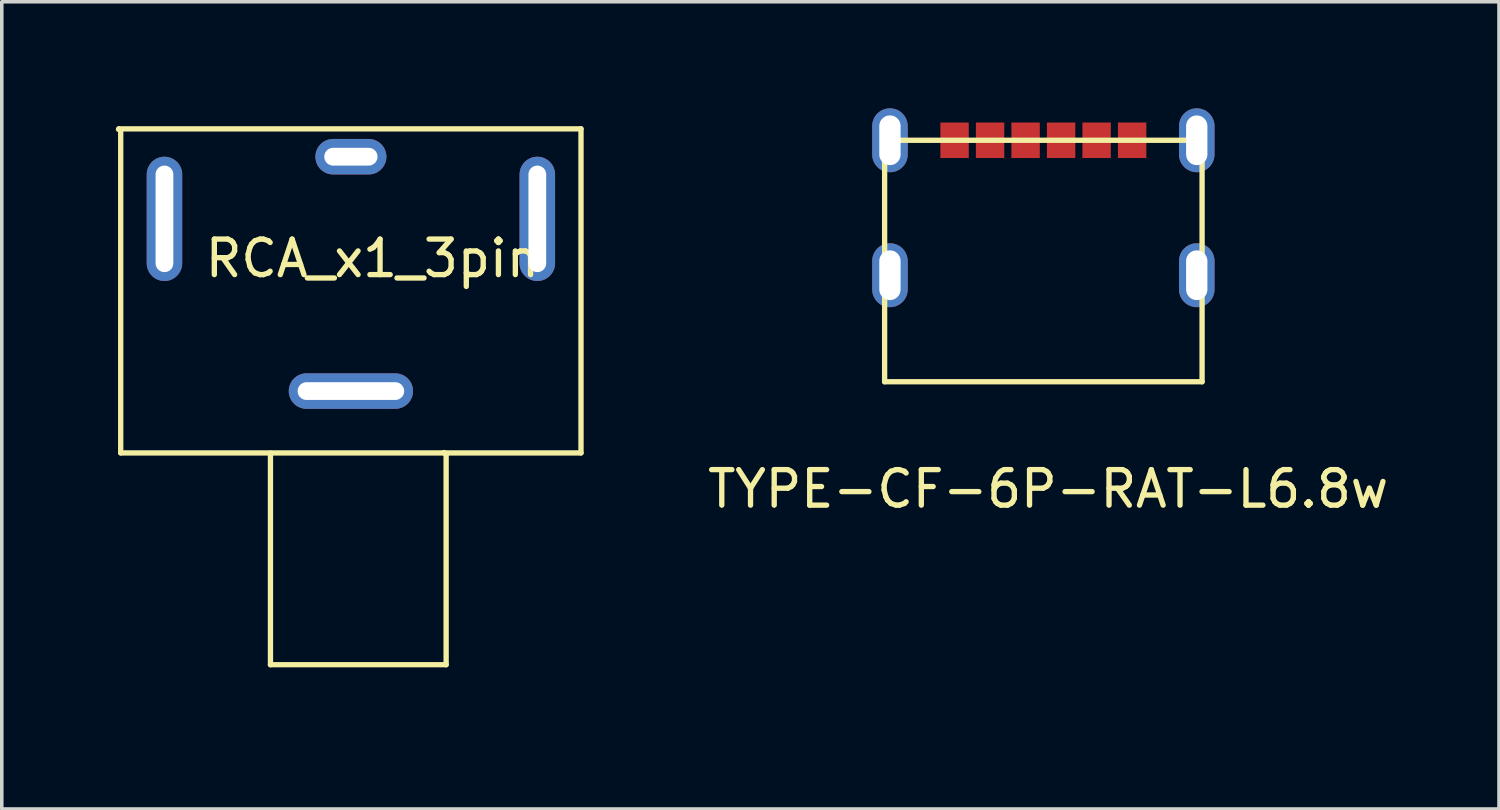
<source format=kicad_pcb>
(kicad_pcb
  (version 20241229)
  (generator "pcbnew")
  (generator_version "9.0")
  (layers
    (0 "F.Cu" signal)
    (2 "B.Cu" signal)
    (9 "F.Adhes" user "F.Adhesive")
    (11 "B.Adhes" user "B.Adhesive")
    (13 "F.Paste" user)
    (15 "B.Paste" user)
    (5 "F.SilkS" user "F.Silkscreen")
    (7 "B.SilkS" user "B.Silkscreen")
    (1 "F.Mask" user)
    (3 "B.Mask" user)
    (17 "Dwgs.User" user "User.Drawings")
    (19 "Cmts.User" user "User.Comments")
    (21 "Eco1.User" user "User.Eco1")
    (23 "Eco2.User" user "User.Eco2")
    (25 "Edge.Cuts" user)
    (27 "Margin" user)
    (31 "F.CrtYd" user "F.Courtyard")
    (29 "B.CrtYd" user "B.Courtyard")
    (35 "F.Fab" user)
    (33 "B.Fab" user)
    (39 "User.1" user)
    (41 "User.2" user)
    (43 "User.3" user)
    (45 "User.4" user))
  (footprint "TYPE-CF-6P-RAT-L6.8w"
    (layer "F.Cu")
    (at 26.331 0.9)
    (property "Reference" "TYPE-CF-6P-RAT-L6.8w" (at 0.135 9.82 0) (layer "F.SilkS") (effects (font (size 1 1) (thickness 0.15))))
    (attr through_hole)
    (fp_line (start -4.47 0) (end -4.47 6.8) (stroke (width 0.15) (type solid)) (layer "F.SilkS"))
    (fp_line (start -4.47 0) (end 4.47 0) (stroke (width 0.15) (type solid)) (layer "F.SilkS"))
    (fp_line (start -4.47 6.8) (end 4.47 6.8) (stroke (width 0.15) (type solid)) (layer "F.SilkS"))
    (fp_line (start 4.47 0) (end 4.47 6.8) (stroke (width 0.15) (type solid)) (layer "F.SilkS"))
    (pad "A5" smd rect (at -0.5 0) (size 0.8 1) (layers "F.Cu" "F.Mask" "F.Paste"))
    (pad "A9" smd rect (at 1.5 0) (size 0.8 1) (layers "F.Cu" "F.Mask" "F.Paste"))
    (pad "A12" smd rect (at 2.5 0) (size 0.8 1) (layers "F.Cu" "F.Mask" "F.Paste"))
    (pad "B5" smd rect (at 0.5 0) (size 0.8 1) (layers "F.Cu" "F.Mask" "F.Paste"))
    (pad "B9" smd rect (at -1.5 0) (size 0.8 1) (layers "F.Cu" "F.Mask" "F.Paste"))
    (pad "B12" smd rect (at -2.5 0) (size 0.8 1) (layers "F.Cu" "F.Mask" "F.Paste"))
    (pad "S1" thru_hole oval (at -4.32 0) (size 1 1.8) (drill oval 0.6 1.4) (layers "*.Cu" "*.Mask"))
    (pad "S1" thru_hole oval (at -4.32 3.8) (size 1 1.8) (drill oval 0.6 1.4) (layers "*.Cu" "*.Mask"))
    (pad "S1" thru_hole oval (at 4.32 0) (size 1 1.8) (drill oval 0.6 1.4) (layers "*.Cu" "*.Mask"))
    (pad "S1" thru_hole oval (at 4.32 3.8) (size 1 1.8) (drill oval 0.6 1.4) (layers "*.Cu" "*.Mask")))
  (footprint "RCA_x1_3pin"
    (layer "F.Cu")
    (at 1.581 3.113)
    (property "Reference" "RCA_x1_3pin" (at 5.857 1.115 0) (layer "F.SilkS") (effects (font (size 1 1) (thickness 0.15))))
    (attr through_hole)
    (fp_line (start 12.113 13.543) (end 12.113 -2.692) (stroke (width 0.15) (type solid)) (layer "F.Mask"))
    (fp_line (start -1.295 -2.522) (end -1.283 -2.535) (stroke (width 0.15) (type solid)) (layer "F.SilkS"))
    (fp_line (start -1.232 -2.474) (end -1.232 6.591) (stroke (width 0.15) (type solid)) (layer "F.SilkS"))
    (fp_line (start -1.232 6.591) (end 11.73 6.591) (stroke (width 0.15) (type solid)) (layer "F.SilkS"))
    (fp_line (start 2.985 6.596) (end 2.985 12.555) (stroke (width 0.15) (type solid)) (layer "F.SilkS"))
    (fp_line (start 2.985 12.555) (end 7.932 12.555) (stroke (width 0.15) (type solid)) (layer "F.SilkS"))
    (fp_line (start 7.871 6.581) (end 7.932 6.642) (stroke (width 0.15) (type solid)) (layer "F.SilkS"))
    (fp_line (start 7.932 12.555) (end 7.932 6.642) (stroke (width 0.15) (type solid)) (layer "F.SilkS"))
    (fp_line (start 11.73 -2.535) (end -1.283 -2.535) (stroke (width 0.15) (type solid)) (layer "F.SilkS"))
    (fp_line (start 11.73 6.591) (end 11.73 -2.535) (stroke (width 0.15) (type solid)) (layer "F.SilkS"))
    (fp_line (start -1.506 -3.038) (end -1.506 -2.817) (stroke (width 0.15) (type solid)) (layer "Margin"))
    (fp_line (start -1.481 -2.697) (end -1.481 13.543) (stroke (width 0.15) (type solid)) (layer "Margin"))
    (fp_line (start -1.481 13.543) (end 12.113 13.543) (stroke (width 0.15) (type solid)) (layer "Margin"))
    (fp_line (start 12.113 -3.038) (end -1.506 -3.038) (stroke (width 0.15) (type solid)) (layer "Margin"))
    (fp_line (start 12.113 -2.692) (end 12.113 -3.038) (stroke (width 0.15) (type solid)) (layer "Margin"))
    (pad "1" thru_hole oval (at 5.25 -1.75) (size 2 1) (drill oval 1.5 0.5) (layers "*.Cu" "*.Mask"))
    (pad "2" thru_hole oval (at 0 0) (size 1 3.5) (drill oval 0.5 3) (layers "*.Cu" "*.Mask"))
    (pad "2" thru_hole oval (at 5.25 4.85 90) (size 1 3.5) (drill oval 0.5 3) (layers "*.Cu" "*.Mask"))
    (pad "2" thru_hole oval (at 10.5 0) (size 1 3.5) (drill oval 0.5 3) (layers "*.Cu" "*.Mask")))
  (gr_rect
    (start -3 -3)
    (end 39.162 19.731)
    (stroke (width 0.1) (type default))
    (fill no)
    (layer "Edge.Cuts")))
</source>
